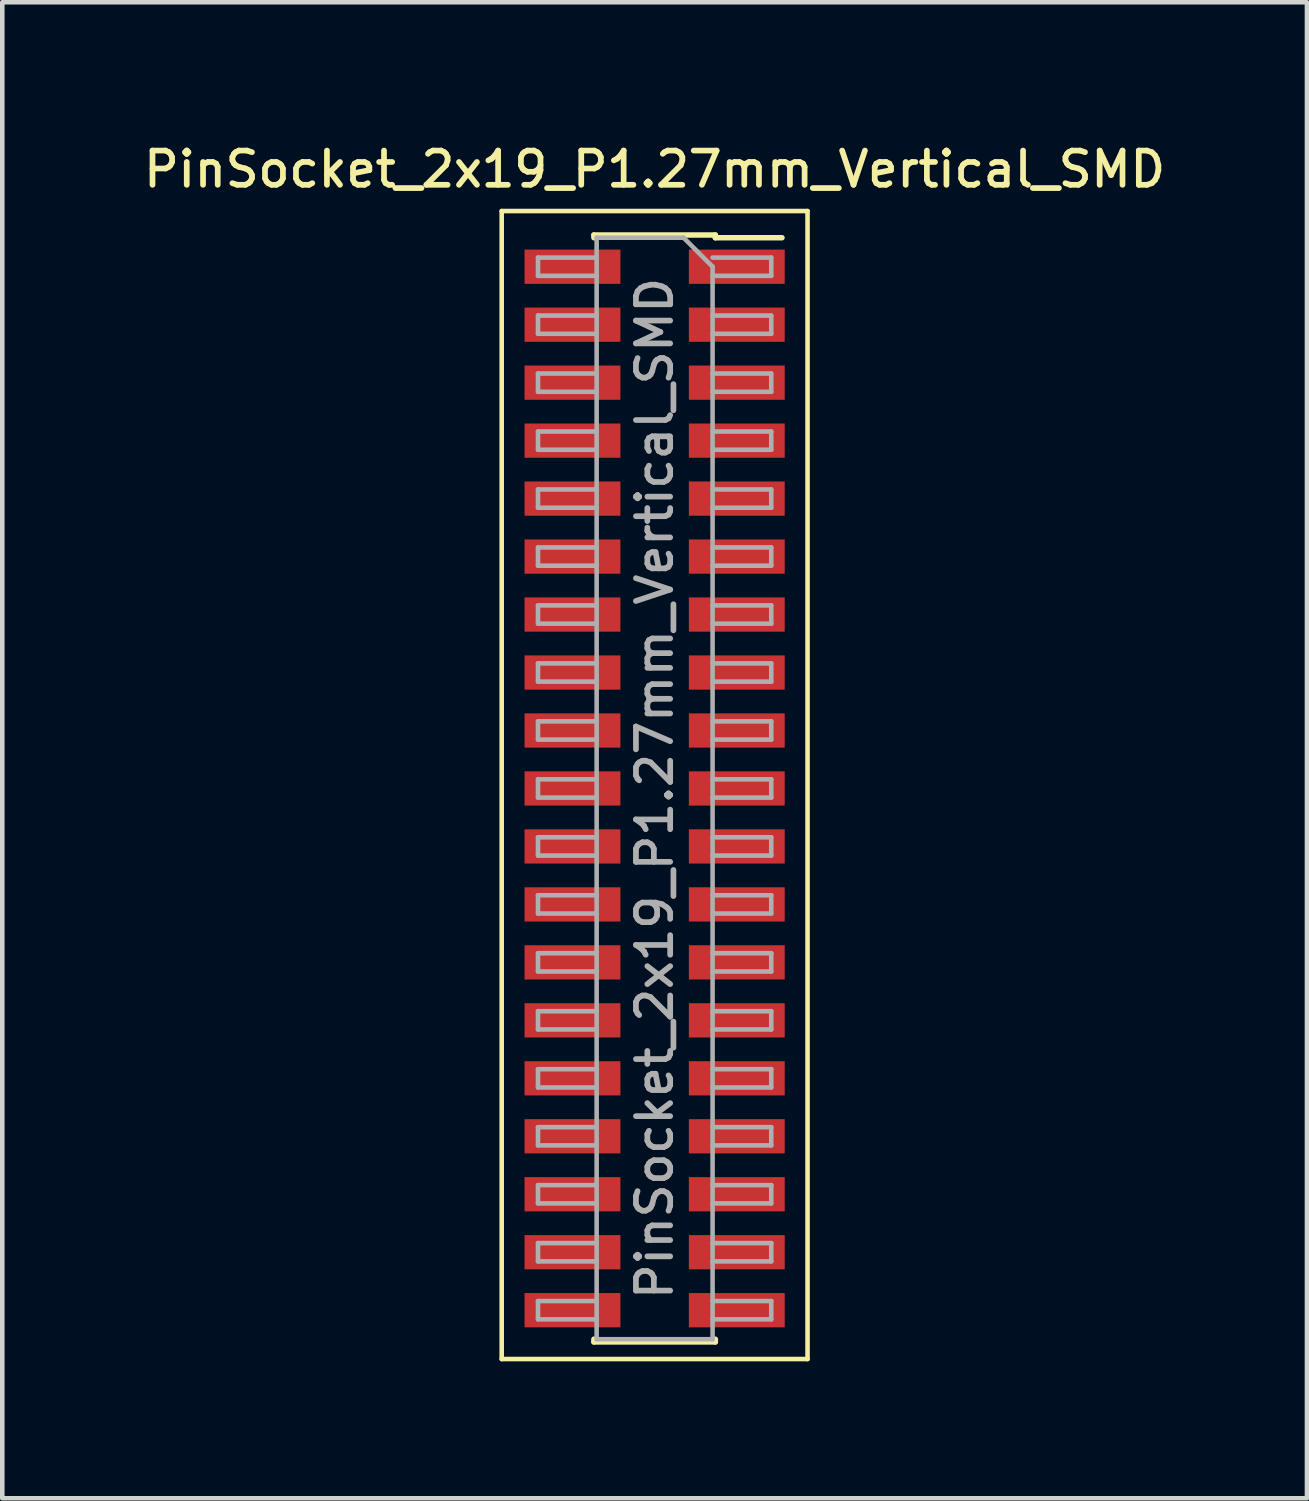
<source format=kicad_pcb>
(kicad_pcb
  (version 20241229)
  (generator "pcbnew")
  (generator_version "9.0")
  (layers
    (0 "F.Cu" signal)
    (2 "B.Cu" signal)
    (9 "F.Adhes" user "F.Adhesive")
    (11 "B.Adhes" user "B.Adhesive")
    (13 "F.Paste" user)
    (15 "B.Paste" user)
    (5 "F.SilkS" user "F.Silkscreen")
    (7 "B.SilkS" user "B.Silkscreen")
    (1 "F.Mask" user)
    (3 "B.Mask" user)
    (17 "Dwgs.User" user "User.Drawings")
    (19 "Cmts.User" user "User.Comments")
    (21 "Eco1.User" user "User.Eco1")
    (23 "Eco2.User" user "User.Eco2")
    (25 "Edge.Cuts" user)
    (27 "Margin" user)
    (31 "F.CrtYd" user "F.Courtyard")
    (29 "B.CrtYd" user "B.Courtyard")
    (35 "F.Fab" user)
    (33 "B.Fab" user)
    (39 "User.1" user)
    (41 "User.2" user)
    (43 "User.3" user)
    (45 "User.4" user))
  (footprint "PinSocket_2x19_P1.27mm_Vertical_SMD"
    (layer "F.Cu")
    (at 11.291 14.223)
    (property "Reference" "PinSocket_2x19_P1.27mm_Vertical_SMD" (at 0 -13.565 0) (layer "F.SilkS") (effects (font (size 0.75 0.75) (thickness 0.125))))
    (attr smd)
    (fp_line (start -3.35 -12.65) (end 3.35 -12.65) (stroke (width 0.1) (type solid)) (layer "F.SilkS"))
    (fp_line (start -3.35 12.5) (end -3.35 -12.65) (stroke (width 0.1) (type solid)) (layer "F.SilkS"))
    (fp_line (start -1.33 -12.125) (end -1.33 -12.065) (stroke (width 0.12) (type solid)) (layer "F.SilkS"))
    (fp_line (start -1.33 -12.125) (end 1.33 -12.125) (stroke (width 0.12) (type solid)) (layer "F.SilkS"))
    (fp_line (start -1.33 12.065) (end -1.33 12.125) (stroke (width 0.12) (type solid)) (layer "F.SilkS"))
    (fp_line (start -1.33 12.125) (end 1.33 12.125) (stroke (width 0.12) (type solid)) (layer "F.SilkS"))
    (fp_line (start 1.33 -12.125) (end 1.33 -12.065) (stroke (width 0.12) (type solid)) (layer "F.SilkS"))
    (fp_line (start 1.33 -12.065) (end 2.79 -12.065) (stroke (width 0.12) (type solid)) (layer "F.SilkS"))
    (fp_line (start 1.33 12.065) (end 1.33 12.125) (stroke (width 0.12) (type solid)) (layer "F.SilkS"))
    (fp_line (start 3.35 -12.65) (end 3.35 12.5) (stroke (width 0.1) (type solid)) (layer "F.SilkS"))
    (fp_line (start 3.35 12.5) (end -3.35 12.5) (stroke (width 0.1) (type solid)) (layer "F.SilkS"))
    (fp_line (start -2.555 -11.63) (end -1.27 -11.63) (stroke (width 0.1) (type solid)) (layer "F.Fab"))
    (fp_line (start -2.555 -11.23) (end -2.555 -11.63) (stroke (width 0.1) (type solid)) (layer "F.Fab"))
    (fp_line (start -2.555 -10.36) (end -1.27 -10.36) (stroke (width 0.1) (type solid)) (layer "F.Fab"))
    (fp_line (start -2.555 -9.96) (end -2.555 -10.36) (stroke (width 0.1) (type solid)) (layer "F.Fab"))
    (fp_line (start -2.555 -9.09) (end -1.27 -9.09) (stroke (width 0.1) (type solid)) (layer "F.Fab"))
    (fp_line (start -2.555 -8.69) (end -2.555 -9.09) (stroke (width 0.1) (type solid)) (layer "F.Fab"))
    (fp_line (start -2.555 -7.82) (end -1.27 -7.82) (stroke (width 0.1) (type solid)) (layer "F.Fab"))
    (fp_line (start -2.555 -7.42) (end -2.555 -7.82) (stroke (width 0.1) (type solid)) (layer "F.Fab"))
    (fp_line (start -2.555 -6.55) (end -1.27 -6.55) (stroke (width 0.1) (type solid)) (layer "F.Fab"))
    (fp_line (start -2.555 -6.15) (end -2.555 -6.55) (stroke (width 0.1) (type solid)) (layer "F.Fab"))
    (fp_line (start -2.555 -5.28) (end -1.27 -5.28) (stroke (width 0.1) (type solid)) (layer "F.Fab"))
    (fp_line (start -2.555 -4.88) (end -2.555 -5.28) (stroke (width 0.1) (type solid)) (layer "F.Fab"))
    (fp_line (start -2.555 -4.01) (end -1.27 -4.01) (stroke (width 0.1) (type solid)) (layer "F.Fab"))
    (fp_line (start -2.555 -3.61) (end -2.555 -4.01) (stroke (width 0.1) (type solid)) (layer "F.Fab"))
    (fp_line (start -2.555 -2.74) (end -1.27 -2.74) (stroke (width 0.1) (type solid)) (layer "F.Fab"))
    (fp_line (start -2.555 -2.34) (end -2.555 -2.74) (stroke (width 0.1) (type solid)) (layer "F.Fab"))
    (fp_line (start -2.555 -1.47) (end -1.27 -1.47) (stroke (width 0.1) (type solid)) (layer "F.Fab"))
    (fp_line (start -2.555 -1.07) (end -2.555 -1.47) (stroke (width 0.1) (type solid)) (layer "F.Fab"))
    (fp_line (start -2.555 -0.2) (end -1.27 -0.2) (stroke (width 0.1) (type solid)) (layer "F.Fab"))
    (fp_line (start -2.555 0.2) (end -2.555 -0.2) (stroke (width 0.1) (type solid)) (layer "F.Fab"))
    (fp_line (start -2.555 1.07) (end -1.27 1.07) (stroke (width 0.1) (type solid)) (layer "F.Fab"))
    (fp_line (start -2.555 1.47) (end -2.555 1.07) (stroke (width 0.1) (type solid)) (layer "F.Fab"))
    (fp_line (start -2.555 2.34) (end -1.27 2.34) (stroke (width 0.1) (type solid)) (layer "F.Fab"))
    (fp_line (start -2.555 2.74) (end -2.555 2.34) (stroke (width 0.1) (type solid)) (layer "F.Fab"))
    (fp_line (start -2.555 3.61) (end -1.27 3.61) (stroke (width 0.1) (type solid)) (layer "F.Fab"))
    (fp_line (start -2.555 4.01) (end -2.555 3.61) (stroke (width 0.1) (type solid)) (layer "F.Fab"))
    (fp_line (start -2.555 4.88) (end -1.27 4.88) (stroke (width 0.1) (type solid)) (layer "F.Fab"))
    (fp_line (start -2.555 5.28) (end -2.555 4.88) (stroke (width 0.1) (type solid)) (layer "F.Fab"))
    (fp_line (start -2.555 6.15) (end -1.27 6.15) (stroke (width 0.1) (type solid)) (layer "F.Fab"))
    (fp_line (start -2.555 6.55) (end -2.555 6.15) (stroke (width 0.1) (type solid)) (layer "F.Fab"))
    (fp_line (start -2.555 7.42) (end -1.27 7.42) (stroke (width 0.1) (type solid)) (layer "F.Fab"))
    (fp_line (start -2.555 7.82) (end -2.555 7.42) (stroke (width 0.1) (type solid)) (layer "F.Fab"))
    (fp_line (start -2.555 8.69) (end -1.27 8.69) (stroke (width 0.1) (type solid)) (layer "F.Fab"))
    (fp_line (start -2.555 9.09) (end -2.555 8.69) (stroke (width 0.1) (type solid)) (layer "F.Fab"))
    (fp_line (start -2.555 9.96) (end -1.27 9.96) (stroke (width 0.1) (type solid)) (layer "F.Fab"))
    (fp_line (start -2.555 10.36) (end -2.555 9.96) (stroke (width 0.1) (type solid)) (layer "F.Fab"))
    (fp_line (start -2.555 11.23) (end -1.27 11.23) (stroke (width 0.1) (type solid)) (layer "F.Fab"))
    (fp_line (start -2.555 11.63) (end -2.555 11.23) (stroke (width 0.1) (type solid)) (layer "F.Fab"))
    (fp_line (start -1.27 -12.065) (end 0.635 -12.065) (stroke (width 0.1) (type solid)) (layer "F.Fab"))
    (fp_line (start -1.27 -11.23) (end -2.555 -11.23) (stroke (width 0.1) (type solid)) (layer "F.Fab"))
    (fp_line (start -1.27 -9.96) (end -2.555 -9.96) (stroke (width 0.1) (type solid)) (layer "F.Fab"))
    (fp_line (start -1.27 -8.69) (end -2.555 -8.69) (stroke (width 0.1) (type solid)) (layer "F.Fab"))
    (fp_line (start -1.27 -7.42) (end -2.555 -7.42) (stroke (width 0.1) (type solid)) (layer "F.Fab"))
    (fp_line (start -1.27 -6.15) (end -2.555 -6.15) (stroke (width 0.1) (type solid)) (layer "F.Fab"))
    (fp_line (start -1.27 -4.88) (end -2.555 -4.88) (stroke (width 0.1) (type solid)) (layer "F.Fab"))
    (fp_line (start -1.27 -3.61) (end -2.555 -3.61) (stroke (width 0.1) (type solid)) (layer "F.Fab"))
    (fp_line (start -1.27 -2.34) (end -2.555 -2.34) (stroke (width 0.1) (type solid)) (layer "F.Fab"))
    (fp_line (start -1.27 -1.07) (end -2.555 -1.07) (stroke (width 0.1) (type solid)) (layer "F.Fab"))
    (fp_line (start -1.27 0.2) (end -2.555 0.2) (stroke (width 0.1) (type solid)) (layer "F.Fab"))
    (fp_line (start -1.27 1.47) (end -2.555 1.47) (stroke (width 0.1) (type solid)) (layer "F.Fab"))
    (fp_line (start -1.27 2.74) (end -2.555 2.74) (stroke (width 0.1) (type solid)) (layer "F.Fab"))
    (fp_line (start -1.27 4.01) (end -2.555 4.01) (stroke (width 0.1) (type solid)) (layer "F.Fab"))
    (fp_line (start -1.27 5.28) (end -2.555 5.28) (stroke (width 0.1) (type solid)) (layer "F.Fab"))
    (fp_line (start -1.27 6.55) (end -2.555 6.55) (stroke (width 0.1) (type solid)) (layer "F.Fab"))
    (fp_line (start -1.27 7.82) (end -2.555 7.82) (stroke (width 0.1) (type solid)) (layer "F.Fab"))
    (fp_line (start -1.27 9.09) (end -2.555 9.09) (stroke (width 0.1) (type solid)) (layer "F.Fab"))
    (fp_line (start -1.27 10.36) (end -2.555 10.36) (stroke (width 0.1) (type solid)) (layer "F.Fab"))
    (fp_line (start -1.27 11.63) (end -2.555 11.63) (stroke (width 0.1) (type solid)) (layer "F.Fab"))
    (fp_line (start -1.27 12.065) (end -1.27 -12.065) (stroke (width 0.1) (type solid)) (layer "F.Fab"))
    (fp_line (start 0.635 -12.065) (end 1.27 -11.43) (stroke (width 0.1) (type solid)) (layer "F.Fab"))
    (fp_line (start 1.27 -11.63) (end 2.555 -11.63) (stroke (width 0.1) (type solid)) (layer "F.Fab"))
    (fp_line (start 1.27 -11.43) (end 1.27 12.065) (stroke (width 0.1) (type solid)) (layer "F.Fab"))
    (fp_line (start 1.27 -10.36) (end 2.555 -10.36) (stroke (width 0.1) (type solid)) (layer "F.Fab"))
    (fp_line (start 1.27 -9.09) (end 2.555 -9.09) (stroke (width 0.1) (type solid)) (layer "F.Fab"))
    (fp_line (start 1.27 -7.82) (end 2.555 -7.82) (stroke (width 0.1) (type solid)) (layer "F.Fab"))
    (fp_line (start 1.27 -6.55) (end 2.555 -6.55) (stroke (width 0.1) (type solid)) (layer "F.Fab"))
    (fp_line (start 1.27 -5.28) (end 2.555 -5.28) (stroke (width 0.1) (type solid)) (layer "F.Fab"))
    (fp_line (start 1.27 -4.01) (end 2.555 -4.01) (stroke (width 0.1) (type solid)) (layer "F.Fab"))
    (fp_line (start 1.27 -2.74) (end 2.555 -2.74) (stroke (width 0.1) (type solid)) (layer "F.Fab"))
    (fp_line (start 1.27 -1.47) (end 2.555 -1.47) (stroke (width 0.1) (type solid)) (layer "F.Fab"))
    (fp_line (start 1.27 -0.2) (end 2.555 -0.2) (stroke (width 0.1) (type solid)) (layer "F.Fab"))
    (fp_line (start 1.27 1.07) (end 2.555 1.07) (stroke (width 0.1) (type solid)) (layer "F.Fab"))
    (fp_line (start 1.27 2.34) (end 2.555 2.34) (stroke (width 0.1) (type solid)) (layer "F.Fab"))
    (fp_line (start 1.27 3.61) (end 2.555 3.61) (stroke (width 0.1) (type solid)) (layer "F.Fab"))
    (fp_line (start 1.27 4.88) (end 2.555 4.88) (stroke (width 0.1) (type solid)) (layer "F.Fab"))
    (fp_line (start 1.27 6.15) (end 2.555 6.15) (stroke (width 0.1) (type solid)) (layer "F.Fab"))
    (fp_line (start 1.27 7.42) (end 2.555 7.42) (stroke (width 0.1) (type solid)) (layer "F.Fab"))
    (fp_line (start 1.27 8.69) (end 2.555 8.69) (stroke (width 0.1) (type solid)) (layer "F.Fab"))
    (fp_line (start 1.27 9.96) (end 2.555 9.96) (stroke (width 0.1) (type solid)) (layer "F.Fab"))
    (fp_line (start 1.27 11.23) (end 2.555 11.23) (stroke (width 0.1) (type solid)) (layer "F.Fab"))
    (fp_line (start 1.27 12.065) (end -1.27 12.065) (stroke (width 0.1) (type solid)) (layer "F.Fab"))
    (fp_line (start 2.555 -11.63) (end 2.555 -11.23) (stroke (width 0.1) (type solid)) (layer "F.Fab"))
    (fp_line (start 2.555 -11.23) (end 1.27 -11.23) (stroke (width 0.1) (type solid)) (layer "F.Fab"))
    (fp_line (start 2.555 -10.36) (end 2.555 -9.96) (stroke (width 0.1) (type solid)) (layer "F.Fab"))
    (fp_line (start 2.555 -9.96) (end 1.27 -9.96) (stroke (width 0.1) (type solid)) (layer "F.Fab"))
    (fp_line (start 2.555 -9.09) (end 2.555 -8.69) (stroke (width 0.1) (type solid)) (layer "F.Fab"))
    (fp_line (start 2.555 -8.69) (end 1.27 -8.69) (stroke (width 0.1) (type solid)) (layer "F.Fab"))
    (fp_line (start 2.555 -7.82) (end 2.555 -7.42) (stroke (width 0.1) (type solid)) (layer "F.Fab"))
    (fp_line (start 2.555 -7.42) (end 1.27 -7.42) (stroke (width 0.1) (type solid)) (layer "F.Fab"))
    (fp_line (start 2.555 -6.55) (end 2.555 -6.15) (stroke (width 0.1) (type solid)) (layer "F.Fab"))
    (fp_line (start 2.555 -6.15) (end 1.27 -6.15) (stroke (width 0.1) (type solid)) (layer "F.Fab"))
    (fp_line (start 2.555 -5.28) (end 2.555 -4.88) (stroke (width 0.1) (type solid)) (layer "F.Fab"))
    (fp_line (start 2.555 -4.88) (end 1.27 -4.88) (stroke (width 0.1) (type solid)) (layer "F.Fab"))
    (fp_line (start 2.555 -4.01) (end 2.555 -3.61) (stroke (width 0.1) (type solid)) (layer "F.Fab"))
    (fp_line (start 2.555 -3.61) (end 1.27 -3.61) (stroke (width 0.1) (type solid)) (layer "F.Fab"))
    (fp_line (start 2.555 -2.74) (end 2.555 -2.34) (stroke (width 0.1) (type solid)) (layer "F.Fab"))
    (fp_line (start 2.555 -2.34) (end 1.27 -2.34) (stroke (width 0.1) (type solid)) (layer "F.Fab"))
    (fp_line (start 2.555 -1.47) (end 2.555 -1.07) (stroke (width 0.1) (type solid)) (layer "F.Fab"))
    (fp_line (start 2.555 -1.07) (end 1.27 -1.07) (stroke (width 0.1) (type solid)) (layer "F.Fab"))
    (fp_line (start 2.555 -0.2) (end 2.555 0.2) (stroke (width 0.1) (type solid)) (layer "F.Fab"))
    (fp_line (start 2.555 0.2) (end 1.27 0.2) (stroke (width 0.1) (type solid)) (layer "F.Fab"))
    (fp_line (start 2.555 1.07) (end 2.555 1.47) (stroke (width 0.1) (type solid)) (layer "F.Fab"))
    (fp_line (start 2.555 1.47) (end 1.27 1.47) (stroke (width 0.1) (type solid)) (layer "F.Fab"))
    (fp_line (start 2.555 2.34) (end 2.555 2.74) (stroke (width 0.1) (type solid)) (layer "F.Fab"))
    (fp_line (start 2.555 2.74) (end 1.27 2.74) (stroke (width 0.1) (type solid)) (layer "F.Fab"))
    (fp_line (start 2.555 3.61) (end 2.555 4.01) (stroke (width 0.1) (type solid)) (layer "F.Fab"))
    (fp_line (start 2.555 4.01) (end 1.27 4.01) (stroke (width 0.1) (type solid)) (layer "F.Fab"))
    (fp_line (start 2.555 4.88) (end 2.555 5.28) (stroke (width 0.1) (type solid)) (layer "F.Fab"))
    (fp_line (start 2.555 5.28) (end 1.27 5.28) (stroke (width 0.1) (type solid)) (layer "F.Fab"))
    (fp_line (start 2.555 6.15) (end 2.555 6.55) (stroke (width 0.1) (type solid)) (layer "F.Fab"))
    (fp_line (start 2.555 6.55) (end 1.27 6.55) (stroke (width 0.1) (type solid)) (layer "F.Fab"))
    (fp_line (start 2.555 7.42) (end 2.555 7.82) (stroke (width 0.1) (type solid)) (layer "F.Fab"))
    (fp_line (start 2.555 7.82) (end 1.27 7.82) (stroke (width 0.1) (type solid)) (layer "F.Fab"))
    (fp_line (start 2.555 8.69) (end 2.555 9.09) (stroke (width 0.1) (type solid)) (layer "F.Fab"))
    (fp_line (start 2.555 9.09) (end 1.27 9.09) (stroke (width 0.1) (type solid)) (layer "F.Fab"))
    (fp_line (start 2.555 9.96) (end 2.555 10.36) (stroke (width 0.1) (type solid)) (layer "F.Fab"))
    (fp_line (start 2.555 10.36) (end 1.27 10.36) (stroke (width 0.1) (type solid)) (layer "F.Fab"))
    (fp_line (start 2.555 11.23) (end 2.555 11.63) (stroke (width 0.1) (type solid)) (layer "F.Fab"))
    (fp_line (start 2.555 11.63) (end 1.27 11.63) (stroke (width 0.1) (type solid)) (layer "F.Fab"))
    (fp_text user "${REFERENCE}" (at 0 0 90) (layer "F.Fab") (effects (font (size 0.75 0.75) (thickness 0.125))))
    (pad "1" smd rect (at 1.8 -11.43) (size 2.1 0.75) (layers "F.Cu" "F.Mask" "F.Paste"))
    (pad "2" smd rect (at -1.8 -11.43) (size 2.1 0.75) (layers "F.Cu" "F.Mask" "F.Paste"))
    (pad "3" smd rect (at 1.8 -10.16) (size 2.1 0.75) (layers "F.Cu" "F.Mask" "F.Paste"))
    (pad "4" smd rect (at -1.8 -10.16) (size 2.1 0.75) (layers "F.Cu" "F.Mask" "F.Paste"))
    (pad "5" smd rect (at 1.8 -8.89) (size 2.1 0.75) (layers "F.Cu" "F.Mask" "F.Paste"))
    (pad "6" smd rect (at -1.8 -8.89) (size 2.1 0.75) (layers "F.Cu" "F.Mask" "F.Paste"))
    (pad "7" smd rect (at 1.8 -7.62) (size 2.1 0.75) (layers "F.Cu" "F.Mask" "F.Paste"))
    (pad "8" smd rect (at -1.8 -7.62) (size 2.1 0.75) (layers "F.Cu" "F.Mask" "F.Paste"))
    (pad "9" smd rect (at 1.8 -6.35) (size 2.1 0.75) (layers "F.Cu" "F.Mask" "F.Paste"))
    (pad "10" smd rect (at -1.8 -6.35) (size 2.1 0.75) (layers "F.Cu" "F.Mask" "F.Paste"))
    (pad "11" smd rect (at 1.8 -5.08) (size 2.1 0.75) (layers "F.Cu" "F.Mask" "F.Paste"))
    (pad "12" smd rect (at -1.8 -5.08) (size 2.1 0.75) (layers "F.Cu" "F.Mask" "F.Paste"))
    (pad "13" smd rect (at 1.8 -3.81) (size 2.1 0.75) (layers "F.Cu" "F.Mask" "F.Paste"))
    (pad "14" smd rect (at -1.8 -3.81) (size 2.1 0.75) (layers "F.Cu" "F.Mask" "F.Paste"))
    (pad "15" smd rect (at 1.8 -2.54) (size 2.1 0.75) (layers "F.Cu" "F.Mask" "F.Paste"))
    (pad "16" smd rect (at -1.8 -2.54) (size 2.1 0.75) (layers "F.Cu" "F.Mask" "F.Paste"))
    (pad "17" smd rect (at 1.8 -1.27) (size 2.1 0.75) (layers "F.Cu" "F.Mask" "F.Paste"))
    (pad "18" smd rect (at -1.8 -1.27) (size 2.1 0.75) (layers "F.Cu" "F.Mask" "F.Paste"))
    (pad "19" smd rect (at 1.8 0) (size 2.1 0.75) (layers "F.Cu" "F.Mask" "F.Paste"))
    (pad "20" smd rect (at -1.8 0) (size 2.1 0.75) (layers "F.Cu" "F.Mask" "F.Paste"))
    (pad "21" smd rect (at 1.8 1.27) (size 2.1 0.75) (layers "F.Cu" "F.Mask" "F.Paste"))
    (pad "22" smd rect (at -1.8 1.27) (size 2.1 0.75) (layers "F.Cu" "F.Mask" "F.Paste"))
    (pad "23" smd rect (at 1.8 2.54) (size 2.1 0.75) (layers "F.Cu" "F.Mask" "F.Paste"))
    (pad "24" smd rect (at -1.8 2.54) (size 2.1 0.75) (layers "F.Cu" "F.Mask" "F.Paste"))
    (pad "25" smd rect (at 1.8 3.81) (size 2.1 0.75) (layers "F.Cu" "F.Mask" "F.Paste"))
    (pad "26" smd rect (at -1.8 3.81) (size 2.1 0.75) (layers "F.Cu" "F.Mask" "F.Paste"))
    (pad "27" smd rect (at 1.8 5.08) (size 2.1 0.75) (layers "F.Cu" "F.Mask" "F.Paste"))
    (pad "28" smd rect (at -1.8 5.08) (size 2.1 0.75) (layers "F.Cu" "F.Mask" "F.Paste"))
    (pad "29" smd rect (at 1.8 6.35) (size 2.1 0.75) (layers "F.Cu" "F.Mask" "F.Paste"))
    (pad "30" smd rect (at -1.8 6.35) (size 2.1 0.75) (layers "F.Cu" "F.Mask" "F.Paste"))
    (pad "31" smd rect (at 1.8 7.62) (size 2.1 0.75) (layers "F.Cu" "F.Mask" "F.Paste"))
    (pad "32" smd rect (at -1.8 7.62) (size 2.1 0.75) (layers "F.Cu" "F.Mask" "F.Paste"))
    (pad "33" smd rect (at 1.8 8.89) (size 2.1 0.75) (layers "F.Cu" "F.Mask" "F.Paste"))
    (pad "34" smd rect (at -1.8 8.89) (size 2.1 0.75) (layers "F.Cu" "F.Mask" "F.Paste"))
    (pad "35" smd rect (at 1.8 10.16) (size 2.1 0.75) (layers "F.Cu" "F.Mask" "F.Paste"))
    (pad "36" smd rect (at -1.8 10.16) (size 2.1 0.75) (layers "F.Cu" "F.Mask" "F.Paste"))
    (pad "37" smd rect (at 1.8 11.43) (size 2.1 0.75) (layers "F.Cu" "F.Mask" "F.Paste"))
    (pad "38" smd rect (at -1.8 11.43) (size 2.1 0.75) (layers "F.Cu" "F.Mask" "F.Paste")))
  (gr_rect
    (start -3 -3)
    (end 25.582 29.773)
    (stroke (width 0.1) (type default))
    (fill no)
    (layer "Edge.Cuts")))
</source>
